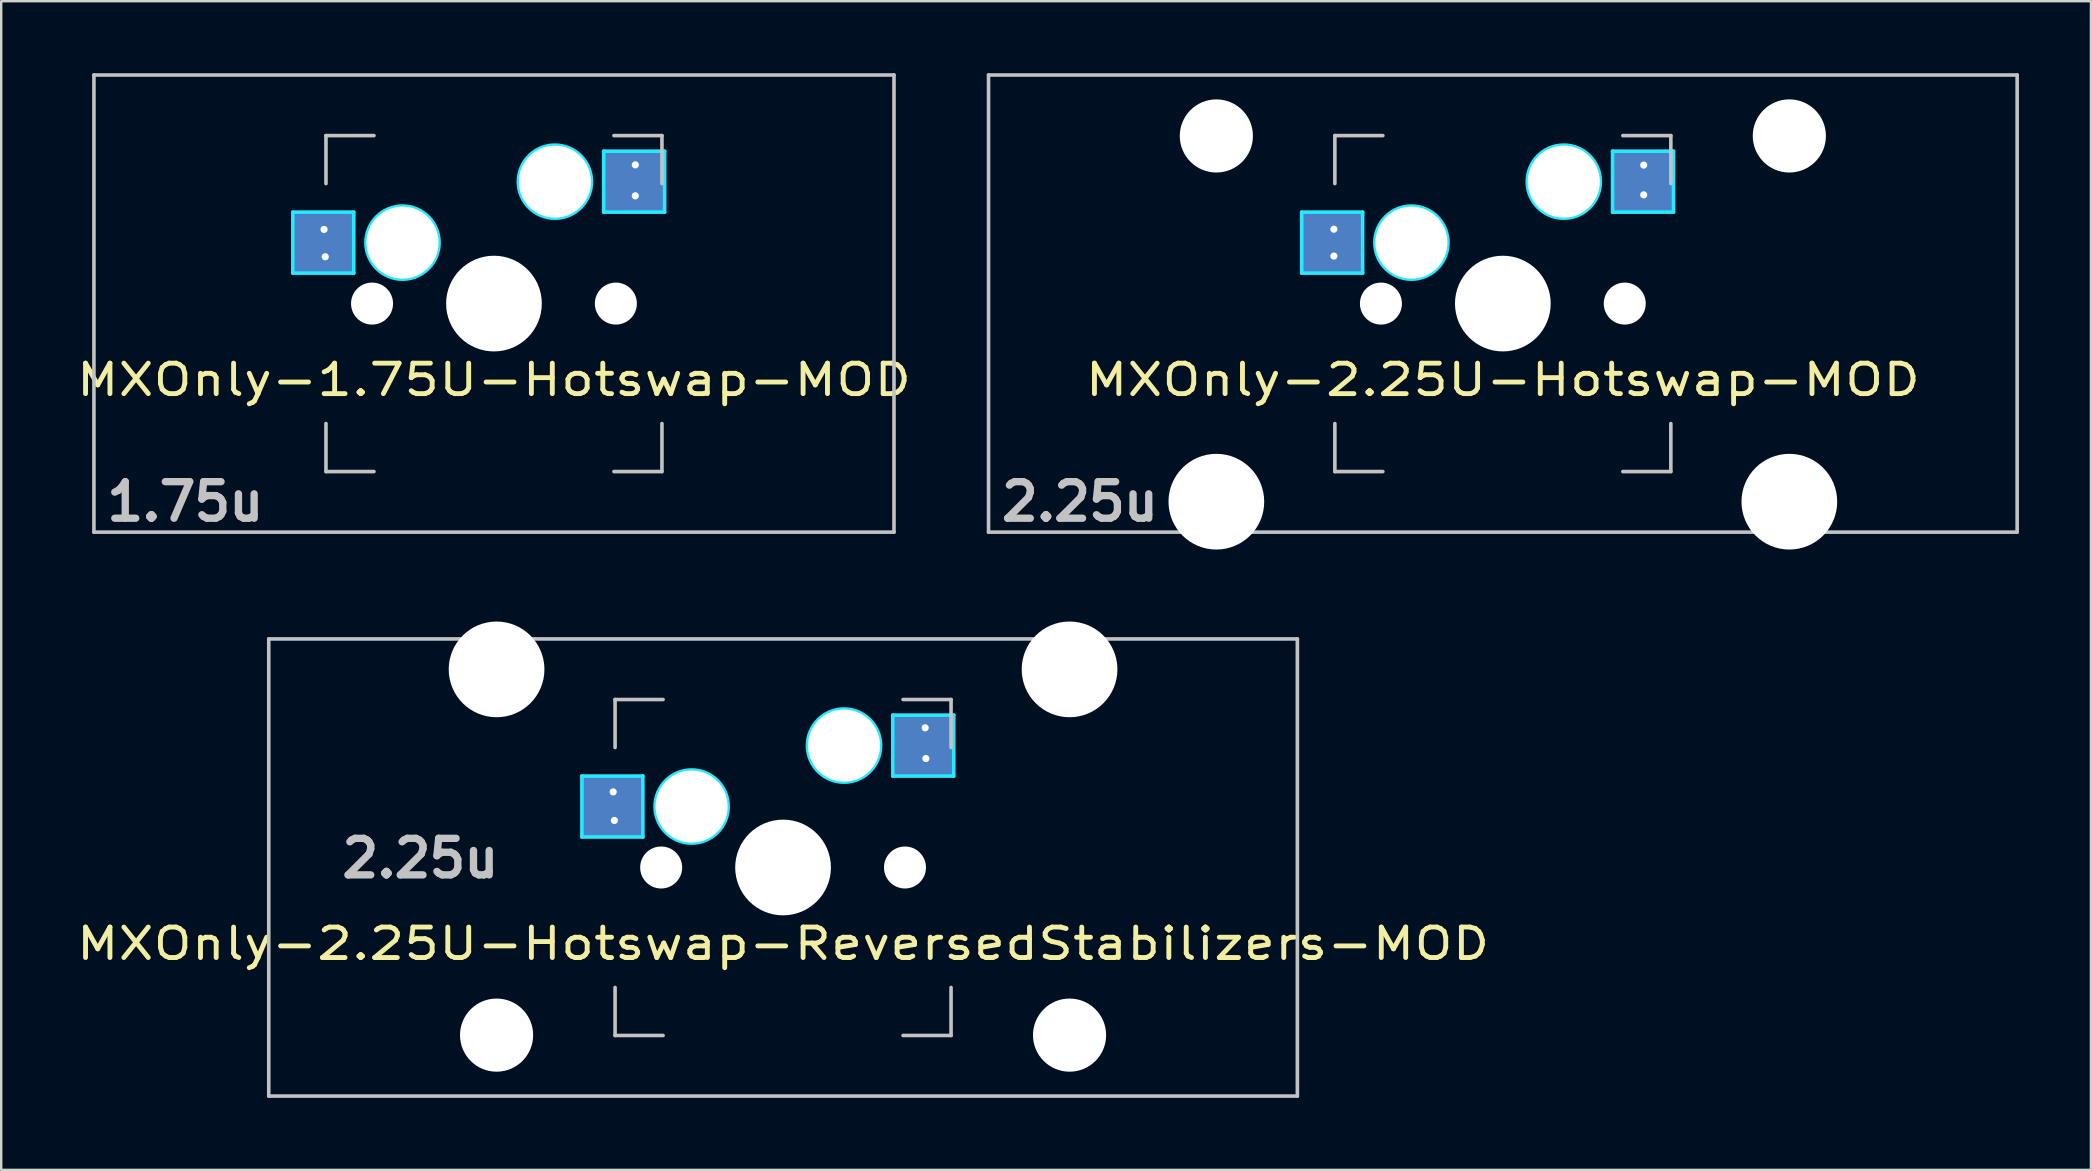
<source format=kicad_pcb>
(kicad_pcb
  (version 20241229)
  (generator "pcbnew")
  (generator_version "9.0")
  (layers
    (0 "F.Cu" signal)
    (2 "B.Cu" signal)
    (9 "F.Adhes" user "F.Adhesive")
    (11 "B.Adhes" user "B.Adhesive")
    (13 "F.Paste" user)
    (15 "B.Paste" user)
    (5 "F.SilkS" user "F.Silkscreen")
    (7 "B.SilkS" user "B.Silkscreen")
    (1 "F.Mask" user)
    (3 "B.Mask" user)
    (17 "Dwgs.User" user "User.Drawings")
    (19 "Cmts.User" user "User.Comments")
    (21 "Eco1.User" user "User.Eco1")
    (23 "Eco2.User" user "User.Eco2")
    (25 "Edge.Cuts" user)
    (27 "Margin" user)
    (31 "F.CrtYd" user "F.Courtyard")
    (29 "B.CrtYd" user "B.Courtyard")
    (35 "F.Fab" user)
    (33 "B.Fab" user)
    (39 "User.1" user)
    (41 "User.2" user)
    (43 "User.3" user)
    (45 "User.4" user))
  (footprint "MXOnly-2.25U-Hotswap-MOD"
    (layer "F.Cu")
    (at 59.573 9.6)
    (property "Reference" "MXOnly-2.25U-Hotswap-MOD" (at 0 3.175 0) (layer "F.SilkS") (effects (font (size 1.27 1.524) (thickness 0.203))))
    (attr smd)
    (fp_line (start -21.431 -9.525) (end 21.431 -9.525) (stroke (width 0.15) (type solid)) (layer "Dwgs.User"))
    (fp_line (start -21.431 9.525) (end -21.431 -9.525) (stroke (width 0.15) (type solid)) (layer "Dwgs.User"))
    (fp_line (start -7 -7) (end -7 -5) (stroke (width 0.15) (type solid)) (layer "Dwgs.User"))
    (fp_line (start -7 5) (end -7 7) (stroke (width 0.15) (type solid)) (layer "Dwgs.User"))
    (fp_line (start -7 7) (end -5 7) (stroke (width 0.15) (type solid)) (layer "Dwgs.User"))
    (fp_line (start -5 -7) (end -7 -7) (stroke (width 0.15) (type solid)) (layer "Dwgs.User"))
    (fp_line (start 5 -7) (end 7 -7) (stroke (width 0.15) (type solid)) (layer "Dwgs.User"))
    (fp_line (start 5 7) (end 7 7) (stroke (width 0.15) (type solid)) (layer "Dwgs.User"))
    (fp_line (start 7 -7) (end 7 -5) (stroke (width 0.15) (type solid)) (layer "Dwgs.User"))
    (fp_line (start 7 7) (end 7 5) (stroke (width 0.15) (type solid)) (layer "Dwgs.User"))
    (fp_line (start 21.431 -9.525) (end 21.431 9.525) (stroke (width 0.15) (type solid)) (layer "Dwgs.User"))
    (fp_line (start 21.431 9.525) (end -21.431 9.525) (stroke (width 0.15) (type solid)) (layer "Dwgs.User"))
    (fp_line (start -8.382 -3.81) (end -5.842 -3.81) (stroke (width 0.15) (type solid)) (layer "B.CrtYd"))
    (fp_line (start -8.382 -1.27) (end -8.382 -3.81) (stroke (width 0.15) (type solid)) (layer "B.CrtYd"))
    (fp_line (start -5.842 -3.81) (end -5.842 -1.27) (stroke (width 0.15) (type solid)) (layer "B.CrtYd"))
    (fp_line (start -5.842 -1.27) (end -8.382 -1.27) (stroke (width 0.15) (type solid)) (layer "B.CrtYd"))
    (fp_line (start 4.572 -6.35) (end 7.112 -6.35) (stroke (width 0.15) (type solid)) (layer "B.CrtYd"))
    (fp_line (start 4.572 -3.81) (end 4.572 -6.35) (stroke (width 0.15) (type solid)) (layer "B.CrtYd"))
    (fp_line (start 7.112 -6.35) (end 7.112 -3.81) (stroke (width 0.15) (type solid)) (layer "B.CrtYd"))
    (fp_line (start 7.112 -3.81) (end 4.572 -3.81) (stroke (width 0.15) (type solid)) (layer "B.CrtYd"))
    (fp_circle (center -3.81 -2.54) (end -3.81 -4.064) (stroke (width 0.15) (type solid)) (fill no) (layer "B.CrtYd"))
    (fp_circle (center 2.54 -5.08) (end 2.54 -6.604) (stroke (width 0.15) (type solid)) (fill no) (layer "B.CrtYd"))
    (fp_text user "2.25u" (at -17.623 8.255 0) (layer "Dwgs.User") (effects (font (size 1.524 1.524) (thickness 0.305))))
    (pad "" np_thru_hole circle (at -11.938 -6.985) (size 3.048 3.048) (drill 3.048) (layers "*.Cu" "*.Mask"))
    (pad "" np_thru_hole circle (at -11.938 8.255) (size 3.988 3.988) (drill 3.988) (layers "*.Cu" "*.Mask"))
    (pad "" np_thru_hole circle (at -5.08 0 48.1) (size 1.75 1.75) (drill 1.75) (layers "*.Cu" "*.Mask"))
    (pad "" np_thru_hole circle (at -3.81 -2.54) (size 3 3) (drill 3) (layers "*.Cu" "*.Mask"))
    (pad "" np_thru_hole circle (at 0 0) (size 3.988 3.988) (drill 3.988) (layers "*.Cu" "*.Mask"))
    (pad "" np_thru_hole circle (at 2.54 -5.08) (size 3 3) (drill 3) (layers "*.Cu" "*.Mask"))
    (pad "" np_thru_hole circle (at 5.08 0 48.1) (size 1.75 1.75) (drill 1.75) (layers "*.Cu" "*.Mask"))
    (pad "" np_thru_hole circle (at 11.938 -6.985) (size 3.048 3.048) (drill 3.048) (layers "*.Cu" "*.Mask"))
    (pad "" np_thru_hole circle (at 11.938 8.255) (size 3.988 3.988) (drill 3.988) (layers "*.Cu" "*.Mask"))
    (pad "1" smd rect (at -7.085 -2.54) (size 2.55 2.5) (layers "B.Cu" "B.Mask" "B.Paste"))
    (pad "1" thru_hole circle (at -7.04 -3.1) (size 0.6 0.6) (drill 0.3) (layers "*.Cu" "*.Mask"))
    (pad "1" thru_hole circle (at -7.04 -1.98) (size 0.6 0.6) (drill 0.3) (layers "*.Cu" "*.Mask"))
    (pad "2" smd rect (at 5.842 -5.08) (size 2.55 2.5) (layers "B.Cu" "B.Mask" "B.Paste"))
    (pad "2" thru_hole circle (at 5.87 -5.77) (size 0.6 0.6) (drill 0.3) (layers "*.Cu" "*.Mask"))
    (pad "2" thru_hole circle (at 5.87 -4.53) (size 0.6 0.6) (drill 0.3) (layers "*.Cu" "*.Mask")))
  (footprint "MXOnly-1.75U-Hotswap-MOD"
    (layer "F.Cu")
    (at 17.533 9.6)
    (property "Reference" "MXOnly-1.75U-Hotswap-MOD" (at 0 3.175 0) (layer "F.SilkS") (effects (font (size 1.27 1.524) (thickness 0.203))))
    (attr smd)
    (fp_line (start -16.669 -9.525) (end 16.669 -9.525) (stroke (width 0.15) (type solid)) (layer "Dwgs.User"))
    (fp_line (start -16.669 9.525) (end -16.669 -9.525) (stroke (width 0.15) (type solid)) (layer "Dwgs.User"))
    (fp_line (start -7 -7) (end -7 -5) (stroke (width 0.15) (type solid)) (layer "Dwgs.User"))
    (fp_line (start -7 5) (end -7 7) (stroke (width 0.15) (type solid)) (layer "Dwgs.User"))
    (fp_line (start -7 7) (end -5 7) (stroke (width 0.15) (type solid)) (layer "Dwgs.User"))
    (fp_line (start -5 -7) (end -7 -7) (stroke (width 0.15) (type solid)) (layer "Dwgs.User"))
    (fp_line (start 5 -7) (end 7 -7) (stroke (width 0.15) (type solid)) (layer "Dwgs.User"))
    (fp_line (start 5 7) (end 7 7) (stroke (width 0.15) (type solid)) (layer "Dwgs.User"))
    (fp_line (start 7 -7) (end 7 -5) (stroke (width 0.15) (type solid)) (layer "Dwgs.User"))
    (fp_line (start 7 7) (end 7 5) (stroke (width 0.15) (type solid)) (layer "Dwgs.User"))
    (fp_line (start 16.669 -9.525) (end 16.669 9.525) (stroke (width 0.15) (type solid)) (layer "Dwgs.User"))
    (fp_line (start 16.669 9.525) (end -16.669 9.525) (stroke (width 0.15) (type solid)) (layer "Dwgs.User"))
    (fp_line (start -8.382 -3.81) (end -5.842 -3.81) (stroke (width 0.15) (type solid)) (layer "B.CrtYd"))
    (fp_line (start -8.382 -1.27) (end -8.382 -3.81) (stroke (width 0.15) (type solid)) (layer "B.CrtYd"))
    (fp_line (start -5.842 -3.81) (end -5.842 -1.27) (stroke (width 0.15) (type solid)) (layer "B.CrtYd"))
    (fp_line (start -5.842 -1.27) (end -8.382 -1.27) (stroke (width 0.15) (type solid)) (layer "B.CrtYd"))
    (fp_line (start 4.572 -6.35) (end 7.112 -6.35) (stroke (width 0.15) (type solid)) (layer "B.CrtYd"))
    (fp_line (start 4.572 -3.81) (end 4.572 -6.35) (stroke (width 0.15) (type solid)) (layer "B.CrtYd"))
    (fp_line (start 7.112 -6.35) (end 7.112 -3.81) (stroke (width 0.15) (type solid)) (layer "B.CrtYd"))
    (fp_line (start 7.112 -3.81) (end 4.572 -3.81) (stroke (width 0.15) (type solid)) (layer "B.CrtYd"))
    (fp_circle (center -3.81 -2.54) (end -3.81 -4.064) (stroke (width 0.15) (type solid)) (fill no) (layer "B.CrtYd"))
    (fp_circle (center 2.54 -5.08) (end 2.54 -6.604) (stroke (width 0.15) (type solid)) (fill no) (layer "B.CrtYd"))
    (fp_text user "1.75u" (at -12.86 8.255 0) (layer "Dwgs.User") (effects (font (size 1.524 1.524) (thickness 0.305))))
    (pad "" np_thru_hole circle (at -5.08 0 48.1) (size 1.75 1.75) (drill 1.75) (layers "*.Cu" "*.Mask"))
    (pad "" np_thru_hole circle (at -3.81 -2.54) (size 3 3) (drill 3) (layers "*.Cu" "*.Mask"))
    (pad "" np_thru_hole circle (at 0 0) (size 3.988 3.988) (drill 3.988) (layers "*.Cu" "*.Mask"))
    (pad "" np_thru_hole circle (at 2.54 -5.08) (size 3 3) (drill 3) (layers "*.Cu" "*.Mask"))
    (pad "" np_thru_hole circle (at 5.08 0 48.1) (size 1.75 1.75) (drill 1.75) (layers "*.Cu" "*.Mask"))
    (pad "1" smd rect (at -7.085 -2.54) (size 2.55 2.5) (layers "B.Cu" "B.Mask" "B.Paste"))
    (pad "1" thru_hole circle (at -7.08 -3.09) (size 0.6 0.6) (drill 0.3) (layers "*.Cu" "*.Mask"))
    (pad "1" thru_hole circle (at -7.03 -1.95) (size 0.6 0.6) (drill 0.3) (layers "*.Cu" "*.Mask"))
    (pad "2" smd rect (at 5.842 -5.08) (size 2.55 2.5) (layers "B.Cu" "B.Mask" "B.Paste"))
    (pad "2" thru_hole circle (at 5.89 -5.78) (size 0.6 0.6) (drill 0.3) (layers "*.Cu" "*.Mask"))
    (pad "2" thru_hole circle (at 5.89 -4.49) (size 0.6 0.6) (drill 0.3) (layers "*.Cu" "*.Mask")))
  (footprint "MXOnly-2.25U-Hotswap-ReversedStabilizers-MOD"
    (layer "F.Cu")
    (at 29.58 33.098)
    (property "Reference" "MXOnly-2.25U-Hotswap-ReversedStabilizers-MOD" (at 0 3.175 180) (layer "F.SilkS") (effects (font (size 1.27 1.524) (thickness 0.203))))
    (attr smd)
    (fp_line (start -21.431 -9.525) (end 21.431 -9.525) (stroke (width 0.15) (type solid)) (layer "Dwgs.User"))
    (fp_line (start -21.431 9.525) (end -21.431 -9.525) (stroke (width 0.15) (type solid)) (layer "Dwgs.User"))
    (fp_line (start -7 -7) (end -7 -5) (stroke (width 0.15) (type solid)) (layer "Dwgs.User"))
    (fp_line (start -7 5) (end -7 7) (stroke (width 0.15) (type solid)) (layer "Dwgs.User"))
    (fp_line (start -7 7) (end -5 7) (stroke (width 0.15) (type solid)) (layer "Dwgs.User"))
    (fp_line (start -5 -7) (end -7 -7) (stroke (width 0.15) (type solid)) (layer "Dwgs.User"))
    (fp_line (start 5 -7) (end 7 -7) (stroke (width 0.15) (type solid)) (layer "Dwgs.User"))
    (fp_line (start 5 7) (end 7 7) (stroke (width 0.15) (type solid)) (layer "Dwgs.User"))
    (fp_line (start 7 -7) (end 7 -5) (stroke (width 0.15) (type solid)) (layer "Dwgs.User"))
    (fp_line (start 7 7) (end 7 5) (stroke (width 0.15) (type solid)) (layer "Dwgs.User"))
    (fp_line (start 21.431 -9.525) (end 21.431 9.525) (stroke (width 0.15) (type solid)) (layer "Dwgs.User"))
    (fp_line (start 21.431 9.525) (end -21.431 9.525) (stroke (width 0.15) (type solid)) (layer "Dwgs.User"))
    (fp_line (start -8.382 -3.81) (end -5.842 -3.81) (stroke (width 0.15) (type solid)) (layer "B.CrtYd"))
    (fp_line (start -8.382 -1.27) (end -8.382 -3.81) (stroke (width 0.15) (type solid)) (layer "B.CrtYd"))
    (fp_line (start -5.842 -3.81) (end -5.842 -1.27) (stroke (width 0.15) (type solid)) (layer "B.CrtYd"))
    (fp_line (start -5.842 -1.27) (end -8.382 -1.27) (stroke (width 0.15) (type solid)) (layer "B.CrtYd"))
    (fp_line (start 4.572 -6.35) (end 7.112 -6.35) (stroke (width 0.15) (type solid)) (layer "B.CrtYd"))
    (fp_line (start 4.572 -3.81) (end 4.572 -6.35) (stroke (width 0.15) (type solid)) (layer "B.CrtYd"))
    (fp_line (start 7.112 -6.35) (end 7.112 -3.81) (stroke (width 0.15) (type solid)) (layer "B.CrtYd"))
    (fp_line (start 7.112 -3.81) (end 4.572 -3.81) (stroke (width 0.15) (type solid)) (layer "B.CrtYd"))
    (fp_circle (center -3.81 -2.54) (end -3.81 -4.064) (stroke (width 0.15) (type solid)) (fill no) (layer "B.CrtYd"))
    (fp_circle (center 2.54 -5.08) (end 2.54 -6.604) (stroke (width 0.15) (type solid)) (fill no) (layer "B.CrtYd"))
    (fp_text user "2.25u" (at -15.113 -0.381 0) (unlocked yes) (layer "Dwgs.User") (effects (font (size 1.524 1.524) (thickness 0.305))))
    (pad "" np_thru_hole circle (at -11.938 -8.255) (size 3.988 3.988) (drill 3.988) (layers "*.Cu" "*.Mask"))
    (pad "" np_thru_hole circle (at -11.938 6.985) (size 3.048 3.048) (drill 3.048) (layers "*.Cu" "*.Mask"))
    (pad "" np_thru_hole circle (at -5.08 0 48.1) (size 1.75 1.75) (drill 1.75) (layers "*.Cu" "*.Mask"))
    (pad "" np_thru_hole circle (at -3.81 -2.54) (size 3 3) (drill 3) (layers "*.Cu" "*.Mask"))
    (pad "" np_thru_hole circle (at 0 0) (size 3.988 3.988) (drill 3.988) (layers "*.Cu" "*.Mask"))
    (pad "" np_thru_hole circle (at 2.54 -5.08) (size 3 3) (drill 3) (layers "*.Cu" "*.Mask"))
    (pad "" np_thru_hole circle (at 5.08 0 48.1) (size 1.75 1.75) (drill 1.75) (layers "*.Cu" "*.Mask"))
    (pad "" np_thru_hole circle (at 11.938 -8.255) (size 3.988 3.988) (drill 3.988) (layers "*.Cu" "*.Mask"))
    (pad "" np_thru_hole circle (at 11.938 6.985) (size 3.048 3.048) (drill 3.048) (layers "*.Cu" "*.Mask"))
    (pad "1" smd rect (at -7.085 -2.54) (size 2.55 2.5) (layers "B.Cu" "B.Mask" "B.Paste"))
    (pad "1" thru_hole circle (at -7.08 -3.15) (size 0.6 0.6) (drill 0.3) (layers "*.Cu" "*.Mask"))
    (pad "1" thru_hole circle (at -7.03 -1.96) (size 0.6 0.6) (drill 0.3) (layers "*.Cu" "*.Mask"))
    (pad "2" smd rect (at 5.842 -5.08) (size 2.55 2.5) (layers "B.Cu" "B.Mask" "B.Paste"))
    (pad "2" thru_hole circle (at 5.92 -5.82) (size 0.6 0.6) (drill 0.3) (layers "*.Cu" "*.Mask"))
    (pad "2" thru_hole circle (at 5.95 -4.54) (size 0.6 0.6) (drill 0.3) (layers "*.Cu" "*.Mask")))
  (gr_rect
    (start -3 -3)
    (end 84.079 45.698)
    (stroke (width 0.1) (type default))
    (fill no)
    (layer "Edge.Cuts")))
</source>
